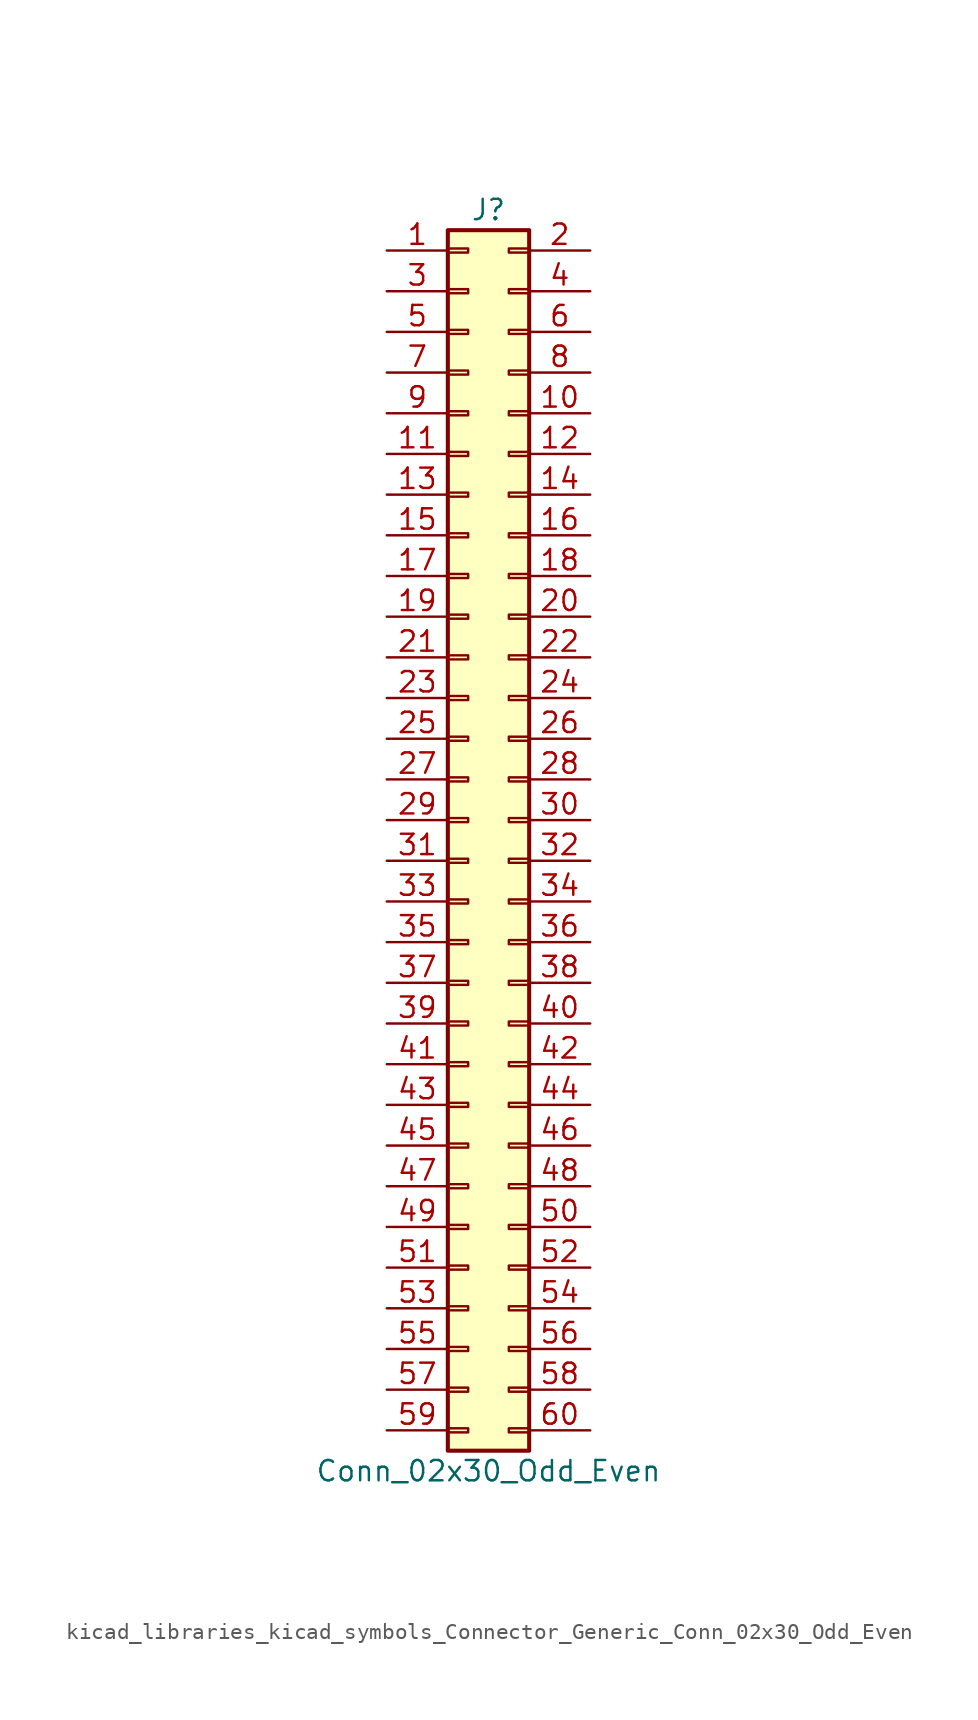
<source format=kicad_sym>
(kicad_symbol_lib
  (version 20220914)
  (generator kicad_symbol_editor)
  (symbol "kicad_libraries_kicad_symbols_Connector_Generic_Conn_02x30_Odd_Even"
    (pin_names
      (offset 1.016) hide)
    (property "Reference" "J"
      (at 1.27 38.1 0)
      (effects (font (size 1.27 1.27))))
    (property "Value" "Conn_02x30_Odd_Even"
      (at 1.27 -40.64 0)
      (effects (font (size 1.27 1.27))))
    (symbol "kicad_libraries_kicad_symbols_Connector_Generic_Conn_02x30_Odd_Even_1_1"
      (rectangle (start -1.27 -37.973) (end 0 -38.227) (stroke (width 0.152) (type default)) (fill (type none)))
      (rectangle (start -1.27 -35.433) (end 0 -35.687) (stroke (width 0.152) (type default)) (fill (type none)))
      (rectangle (start -1.27 -32.893) (end 0 -33.147) (stroke (width 0.152) (type default)) (fill (type none)))
      (rectangle (start -1.27 -30.353) (end 0 -30.607) (stroke (width 0.152) (type default)) (fill (type none)))
      (rectangle (start -1.27 -27.813) (end 0 -28.067) (stroke (width 0.152) (type default)) (fill (type none)))
      (rectangle (start -1.27 -25.273) (end 0 -25.527) (stroke (width 0.152) (type default)) (fill (type none)))
      (rectangle (start -1.27 -22.733) (end 0 -22.987) (stroke (width 0.152) (type default)) (fill (type none)))
      (rectangle (start -1.27 -20.193) (end 0 -20.447) (stroke (width 0.152) (type default)) (fill (type none)))
      (rectangle (start -1.27 -17.653) (end 0 -17.907) (stroke (width 0.152) (type default)) (fill (type none)))
      (rectangle (start -1.27 -15.113) (end 0 -15.367) (stroke (width 0.152) (type default)) (fill (type none)))
      (rectangle (start -1.27 -12.573) (end 0 -12.827) (stroke (width 0.152) (type default)) (fill (type none)))
      (rectangle (start -1.27 -10.033) (end 0 -10.287) (stroke (width 0.152) (type default)) (fill (type none)))
      (rectangle (start -1.27 -7.493) (end 0 -7.747) (stroke (width 0.152) (type default)) (fill (type none)))
      (rectangle (start -1.27 -4.953) (end 0 -5.207) (stroke (width 0.152) (type default)) (fill (type none)))
      (rectangle (start -1.27 -2.413) (end 0 -2.667) (stroke (width 0.152) (type default)) (fill (type none)))
      (rectangle (start -1.27 0.127) (end 0 -0.127) (stroke (width 0.152) (type default)) (fill (type none)))
      (rectangle (start -1.27 2.667) (end 0 2.413) (stroke (width 0.152) (type default)) (fill (type none)))
      (rectangle (start -1.27 5.207) (end 0 4.953) (stroke (width 0.152) (type default)) (fill (type none)))
      (rectangle (start -1.27 7.747) (end 0 7.493) (stroke (width 0.152) (type default)) (fill (type none)))
      (rectangle (start -1.27 10.287) (end 0 10.033) (stroke (width 0.152) (type default)) (fill (type none)))
      (rectangle (start -1.27 12.827) (end 0 12.573) (stroke (width 0.152) (type default)) (fill (type none)))
      (rectangle (start -1.27 15.367) (end 0 15.113) (stroke (width 0.152) (type default)) (fill (type none)))
      (rectangle (start -1.27 17.907) (end 0 17.653) (stroke (width 0.152) (type default)) (fill (type none)))
      (rectangle (start -1.27 20.447) (end 0 20.193) (stroke (width 0.152) (type default)) (fill (type none)))
      (rectangle (start -1.27 22.987) (end 0 22.733) (stroke (width 0.152) (type default)) (fill (type none)))
      (rectangle (start -1.27 25.527) (end 0 25.273) (stroke (width 0.152) (type default)) (fill (type none)))
      (rectangle (start -1.27 28.067) (end 0 27.813) (stroke (width 0.152) (type default)) (fill (type none)))
      (rectangle (start -1.27 30.607) (end 0 30.353) (stroke (width 0.152) (type default)) (fill (type none)))
      (rectangle (start -1.27 33.147) (end 0 32.893) (stroke (width 0.152) (type default)) (fill (type none)))
      (rectangle (start -1.27 35.687) (end 0 35.433) (stroke (width 0.152) (type default)) (fill (type none)))
      (rectangle (start -1.27 36.83) (end 3.81 -39.37) (stroke (width 0.254) (type default)) (fill (type background)))
      (rectangle (start 3.81 -37.973) (end 2.54 -38.227) (stroke (width 0.152) (type default)) (fill (type none)))
      (rectangle (start 3.81 -35.433) (end 2.54 -35.687) (stroke (width 0.152) (type default)) (fill (type none)))
      (rectangle (start 3.81 -32.893) (end 2.54 -33.147) (stroke (width 0.152) (type default)) (fill (type none)))
      (rectangle (start 3.81 -30.353) (end 2.54 -30.607) (stroke (width 0.152) (type default)) (fill (type none)))
      (rectangle (start 3.81 -27.813) (end 2.54 -28.067) (stroke (width 0.152) (type default)) (fill (type none)))
      (rectangle (start 3.81 -25.273) (end 2.54 -25.527) (stroke (width 0.152) (type default)) (fill (type none)))
      (rectangle (start 3.81 -22.733) (end 2.54 -22.987) (stroke (width 0.152) (type default)) (fill (type none)))
      (rectangle (start 3.81 -20.193) (end 2.54 -20.447) (stroke (width 0.152) (type default)) (fill (type none)))
      (rectangle (start 3.81 -17.653) (end 2.54 -17.907) (stroke (width 0.152) (type default)) (fill (type none)))
      (rectangle (start 3.81 -15.113) (end 2.54 -15.367) (stroke (width 0.152) (type default)) (fill (type none)))
      (rectangle (start 3.81 -12.573) (end 2.54 -12.827) (stroke (width 0.152) (type default)) (fill (type none)))
      (rectangle (start 3.81 -10.033) (end 2.54 -10.287) (stroke (width 0.152) (type default)) (fill (type none)))
      (rectangle (start 3.81 -7.493) (end 2.54 -7.747) (stroke (width 0.152) (type default)) (fill (type none)))
      (rectangle (start 3.81 -4.953) (end 2.54 -5.207) (stroke (width 0.152) (type default)) (fill (type none)))
      (rectangle (start 3.81 -2.413) (end 2.54 -2.667) (stroke (width 0.152) (type default)) (fill (type none)))
      (rectangle (start 3.81 0.127) (end 2.54 -0.127) (stroke (width 0.152) (type default)) (fill (type none)))
      (rectangle (start 3.81 2.667) (end 2.54 2.413) (stroke (width 0.152) (type default)) (fill (type none)))
      (rectangle (start 3.81 5.207) (end 2.54 4.953) (stroke (width 0.152) (type default)) (fill (type none)))
      (rectangle (start 3.81 7.747) (end 2.54 7.493) (stroke (width 0.152) (type default)) (fill (type none)))
      (rectangle (start 3.81 10.287) (end 2.54 10.033) (stroke (width 0.152) (type default)) (fill (type none)))
      (rectangle (start 3.81 12.827) (end 2.54 12.573) (stroke (width 0.152) (type default)) (fill (type none)))
      (rectangle (start 3.81 15.367) (end 2.54 15.113) (stroke (width 0.152) (type default)) (fill (type none)))
      (rectangle (start 3.81 17.907) (end 2.54 17.653) (stroke (width 0.152) (type default)) (fill (type none)))
      (rectangle (start 3.81 20.447) (end 2.54 20.193) (stroke (width 0.152) (type default)) (fill (type none)))
      (rectangle (start 3.81 22.987) (end 2.54 22.733) (stroke (width 0.152) (type default)) (fill (type none)))
      (rectangle (start 3.81 25.527) (end 2.54 25.273) (stroke (width 0.152) (type default)) (fill (type none)))
      (rectangle (start 3.81 28.067) (end 2.54 27.813) (stroke (width 0.152) (type default)) (fill (type none)))
      (rectangle (start 3.81 30.607) (end 2.54 30.353) (stroke (width 0.152) (type default)) (fill (type none)))
      (rectangle (start 3.81 33.147) (end 2.54 32.893) (stroke (width 0.152) (type default)) (fill (type none)))
      (rectangle (start 3.81 35.687) (end 2.54 35.433) (stroke (width 0.152) (type default)) (fill (type none)))
      (pin passive line (at -5.08 35.56 0) (length 3.81) (name "Pin_1" (effects (font (size 1.27 1.27)))) (number "1" (effects (font (size 1.27 1.27)))))
      (pin passive line (at 7.62 25.4 180) (length 3.81) (name "Pin_10" (effects (font (size 1.27 1.27)))) (number "10" (effects (font (size 1.27 1.27)))))
      (pin passive line (at -5.08 22.86 0) (length 3.81) (name "Pin_11" (effects (font (size 1.27 1.27)))) (number "11" (effects (font (size 1.27 1.27)))))
      (pin passive line (at 7.62 22.86 180) (length 3.81) (name "Pin_12" (effects (font (size 1.27 1.27)))) (number "12" (effects (font (size 1.27 1.27)))))
      (pin passive line (at -5.08 20.32 0) (length 3.81) (name "Pin_13" (effects (font (size 1.27 1.27)))) (number "13" (effects (font (size 1.27 1.27)))))
      (pin passive line (at 7.62 20.32 180) (length 3.81) (name "Pin_14" (effects (font (size 1.27 1.27)))) (number "14" (effects (font (size 1.27 1.27)))))
      (pin passive line (at -5.08 17.78 0) (length 3.81) (name "Pin_15" (effects (font (size 1.27 1.27)))) (number "15" (effects (font (size 1.27 1.27)))))
      (pin passive line (at 7.62 17.78 180) (length 3.81) (name "Pin_16" (effects (font (size 1.27 1.27)))) (number "16" (effects (font (size 1.27 1.27)))))
      (pin passive line (at -5.08 15.24 0) (length 3.81) (name "Pin_17" (effects (font (size 1.27 1.27)))) (number "17" (effects (font (size 1.27 1.27)))))
      (pin passive line (at 7.62 15.24 180) (length 3.81) (name "Pin_18" (effects (font (size 1.27 1.27)))) (number "18" (effects (font (size 1.27 1.27)))))
      (pin passive line (at -5.08 12.7 0) (length 3.81) (name "Pin_19" (effects (font (size 1.27 1.27)))) (number "19" (effects (font (size 1.27 1.27)))))
      (pin passive line (at 7.62 35.56 180) (length 3.81) (name "Pin_2" (effects (font (size 1.27 1.27)))) (number "2" (effects (font (size 1.27 1.27)))))
      (pin passive line (at 7.62 12.7 180) (length 3.81) (name "Pin_20" (effects (font (size 1.27 1.27)))) (number "20" (effects (font (size 1.27 1.27)))))
      (pin passive line (at -5.08 10.16 0) (length 3.81) (name "Pin_21" (effects (font (size 1.27 1.27)))) (number "21" (effects (font (size 1.27 1.27)))))
      (pin passive line (at 7.62 10.16 180) (length 3.81) (name "Pin_22" (effects (font (size 1.27 1.27)))) (number "22" (effects (font (size 1.27 1.27)))))
      (pin passive line (at -5.08 7.62 0) (length 3.81) (name "Pin_23" (effects (font (size 1.27 1.27)))) (number "23" (effects (font (size 1.27 1.27)))))
      (pin passive line (at 7.62 7.62 180) (length 3.81) (name "Pin_24" (effects (font (size 1.27 1.27)))) (number "24" (effects (font (size 1.27 1.27)))))
      (pin passive line (at -5.08 5.08 0) (length 3.81) (name "Pin_25" (effects (font (size 1.27 1.27)))) (number "25" (effects (font (size 1.27 1.27)))))
      (pin passive line (at 7.62 5.08 180) (length 3.81) (name "Pin_26" (effects (font (size 1.27 1.27)))) (number "26" (effects (font (size 1.27 1.27)))))
      (pin passive line (at -5.08 2.54 0) (length 3.81) (name "Pin_27" (effects (font (size 1.27 1.27)))) (number "27" (effects (font (size 1.27 1.27)))))
      (pin passive line (at 7.62 2.54 180) (length 3.81) (name "Pin_28" (effects (font (size 1.27 1.27)))) (number "28" (effects (font (size 1.27 1.27)))))
      (pin passive line (at -5.08 0 0) (length 3.81) (name "Pin_29" (effects (font (size 1.27 1.27)))) (number "29" (effects (font (size 1.27 1.27)))))
      (pin passive line (at -5.08 33.02 0) (length 3.81) (name "Pin_3" (effects (font (size 1.27 1.27)))) (number "3" (effects (font (size 1.27 1.27)))))
      (pin passive line (at 7.62 0 180) (length 3.81) (name "Pin_30" (effects (font (size 1.27 1.27)))) (number "30" (effects (font (size 1.27 1.27)))))
      (pin passive line (at -5.08 -2.54 0) (length 3.81) (name "Pin_31" (effects (font (size 1.27 1.27)))) (number "31" (effects (font (size 1.27 1.27)))))
      (pin passive line (at 7.62 -2.54 180) (length 3.81) (name "Pin_32" (effects (font (size 1.27 1.27)))) (number "32" (effects (font (size 1.27 1.27)))))
      (pin passive line (at -5.08 -5.08 0) (length 3.81) (name "Pin_33" (effects (font (size 1.27 1.27)))) (number "33" (effects (font (size 1.27 1.27)))))
      (pin passive line (at 7.62 -5.08 180) (length 3.81) (name "Pin_34" (effects (font (size 1.27 1.27)))) (number "34" (effects (font (size 1.27 1.27)))))
      (pin passive line (at -5.08 -7.62 0) (length 3.81) (name "Pin_35" (effects (font (size 1.27 1.27)))) (number "35" (effects (font (size 1.27 1.27)))))
      (pin passive line (at 7.62 -7.62 180) (length 3.81) (name "Pin_36" (effects (font (size 1.27 1.27)))) (number "36" (effects (font (size 1.27 1.27)))))
      (pin passive line (at -5.08 -10.16 0) (length 3.81) (name "Pin_37" (effects (font (size 1.27 1.27)))) (number "37" (effects (font (size 1.27 1.27)))))
      (pin passive line (at 7.62 -10.16 180) (length 3.81) (name "Pin_38" (effects (font (size 1.27 1.27)))) (number "38" (effects (font (size 1.27 1.27)))))
      (pin passive line (at -5.08 -12.7 0) (length 3.81) (name "Pin_39" (effects (font (size 1.27 1.27)))) (number "39" (effects (font (size 1.27 1.27)))))
      (pin passive line (at 7.62 33.02 180) (length 3.81) (name "Pin_4" (effects (font (size 1.27 1.27)))) (number "4" (effects (font (size 1.27 1.27)))))
      (pin passive line (at 7.62 -12.7 180) (length 3.81) (name "Pin_40" (effects (font (size 1.27 1.27)))) (number "40" (effects (font (size 1.27 1.27)))))
      (pin passive line (at -5.08 -15.24 0) (length 3.81) (name "Pin_41" (effects (font (size 1.27 1.27)))) (number "41" (effects (font (size 1.27 1.27)))))
      (pin passive line (at 7.62 -15.24 180) (length 3.81) (name "Pin_42" (effects (font (size 1.27 1.27)))) (number "42" (effects (font (size 1.27 1.27)))))
      (pin passive line (at -5.08 -17.78 0) (length 3.81) (name "Pin_43" (effects (font (size 1.27 1.27)))) (number "43" (effects (font (size 1.27 1.27)))))
      (pin passive line (at 7.62 -17.78 180) (length 3.81) (name "Pin_44" (effects (font (size 1.27 1.27)))) (number "44" (effects (font (size 1.27 1.27)))))
      (pin passive line (at -5.08 -20.32 0) (length 3.81) (name "Pin_45" (effects (font (size 1.27 1.27)))) (number "45" (effects (font (size 1.27 1.27)))))
      (pin passive line (at 7.62 -20.32 180) (length 3.81) (name "Pin_46" (effects (font (size 1.27 1.27)))) (number "46" (effects (font (size 1.27 1.27)))))
      (pin passive line (at -5.08 -22.86 0) (length 3.81) (name "Pin_47" (effects (font (size 1.27 1.27)))) (number "47" (effects (font (size 1.27 1.27)))))
      (pin passive line (at 7.62 -22.86 180) (length 3.81) (name "Pin_48" (effects (font (size 1.27 1.27)))) (number "48" (effects (font (size 1.27 1.27)))))
      (pin passive line (at -5.08 -25.4 0) (length 3.81) (name "Pin_49" (effects (font (size 1.27 1.27)))) (number "49" (effects (font (size 1.27 1.27)))))
      (pin passive line (at -5.08 30.48 0) (length 3.81) (name "Pin_5" (effects (font (size 1.27 1.27)))) (number "5" (effects (font (size 1.27 1.27)))))
      (pin passive line (at 7.62 -25.4 180) (length 3.81) (name "Pin_50" (effects (font (size 1.27 1.27)))) (number "50" (effects (font (size 1.27 1.27)))))
      (pin passive line (at -5.08 -27.94 0) (length 3.81) (name "Pin_51" (effects (font (size 1.27 1.27)))) (number "51" (effects (font (size 1.27 1.27)))))
      (pin passive line (at 7.62 -27.94 180) (length 3.81) (name "Pin_52" (effects (font (size 1.27 1.27)))) (number "52" (effects (font (size 1.27 1.27)))))
      (pin passive line (at -5.08 -30.48 0) (length 3.81) (name "Pin_53" (effects (font (size 1.27 1.27)))) (number "53" (effects (font (size 1.27 1.27)))))
      (pin passive line (at 7.62 -30.48 180) (length 3.81) (name "Pin_54" (effects (font (size 1.27 1.27)))) (number "54" (effects (font (size 1.27 1.27)))))
      (pin passive line (at -5.08 -33.02 0) (length 3.81) (name "Pin_55" (effects (font (size 1.27 1.27)))) (number "55" (effects (font (size 1.27 1.27)))))
      (pin passive line (at 7.62 -33.02 180) (length 3.81) (name "Pin_56" (effects (font (size 1.27 1.27)))) (number "56" (effects (font (size 1.27 1.27)))))
      (pin passive line (at -5.08 -35.56 0) (length 3.81) (name "Pin_57" (effects (font (size 1.27 1.27)))) (number "57" (effects (font (size 1.27 1.27)))))
      (pin passive line (at 7.62 -35.56 180) (length 3.81) (name "Pin_58" (effects (font (size 1.27 1.27)))) (number "58" (effects (font (size 1.27 1.27)))))
      (pin passive line (at -5.08 -38.1 0) (length 3.81) (name "Pin_59" (effects (font (size 1.27 1.27)))) (number "59" (effects (font (size 1.27 1.27)))))
      (pin passive line (at 7.62 30.48 180) (length 3.81) (name "Pin_6" (effects (font (size 1.27 1.27)))) (number "6" (effects (font (size 1.27 1.27)))))
      (pin passive line (at 7.62 -38.1 180) (length 3.81) (name "Pin_60" (effects (font (size 1.27 1.27)))) (number "60" (effects (font (size 1.27 1.27)))))
      (pin passive line (at -5.08 27.94 0) (length 3.81) (name "Pin_7" (effects (font (size 1.27 1.27)))) (number "7" (effects (font (size 1.27 1.27)))))
      (pin passive line (at 7.62 27.94 180) (length 3.81) (name "Pin_8" (effects (font (size 1.27 1.27)))) (number "8" (effects (font (size 1.27 1.27)))))
      (pin passive line (at -5.08 25.4 0) (length 3.81) (name "Pin_9" (effects (font (size 1.27 1.27)))) (number "9" (effects (font (size 1.27 1.27))))))))
</source>
